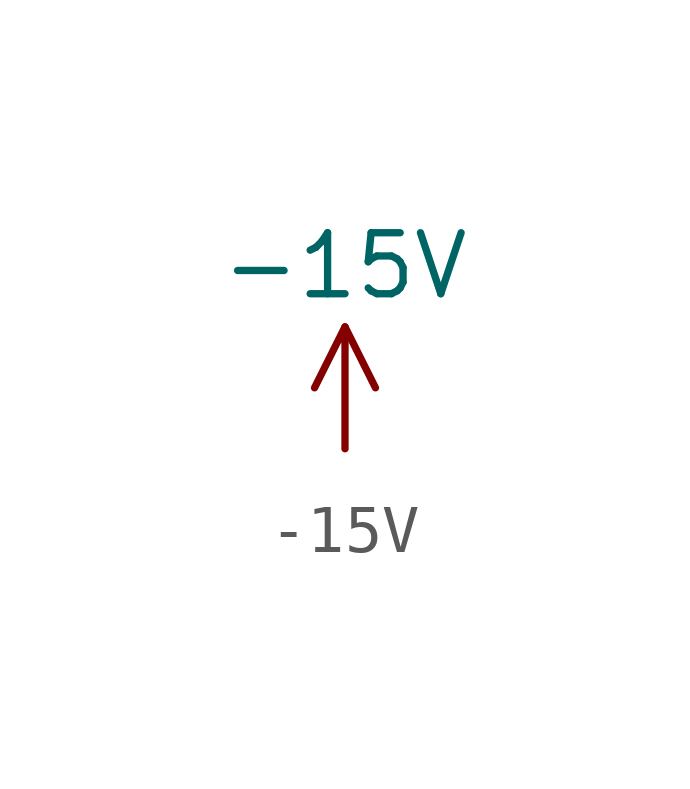
<source format=kicad_sym>
(kicad_symbol_lib
  (version 20211014)
  (generator kicad_symbol_editor)
  (symbol "-15V"
    (pin_names
      (offset 0))
    (property "Reference" "#PWR"
      (at 0 -1.27 0)
      (effects (font (size 1.27 1.27)) hide))
    (property "Value" "-15V"
      (at 0 3.81 0)
      (effects (font (size 1.27 1.27))))
    (symbol "-15V_0_0"
      (pin power_in line (at 0 0 90) (length 0) hide (name "-15V" (effects (font (size 1.27 1.27)))) (number "1" (effects (font (size 1.27 1.27))))))
    (symbol "-15V_0_1"
      (polyline (pts (xy 0 2.54) (xy 0.635 1.27)) (stroke (width 0) (type default) (color 0 0 0 0)) (fill (type none)))
      (polyline (pts (xy 0 0) (xy 0 2.54) (xy -0.635 1.27)) (stroke (width 0) (type default) (color 0 0 0 0)) (fill (type none))))))
</source>
